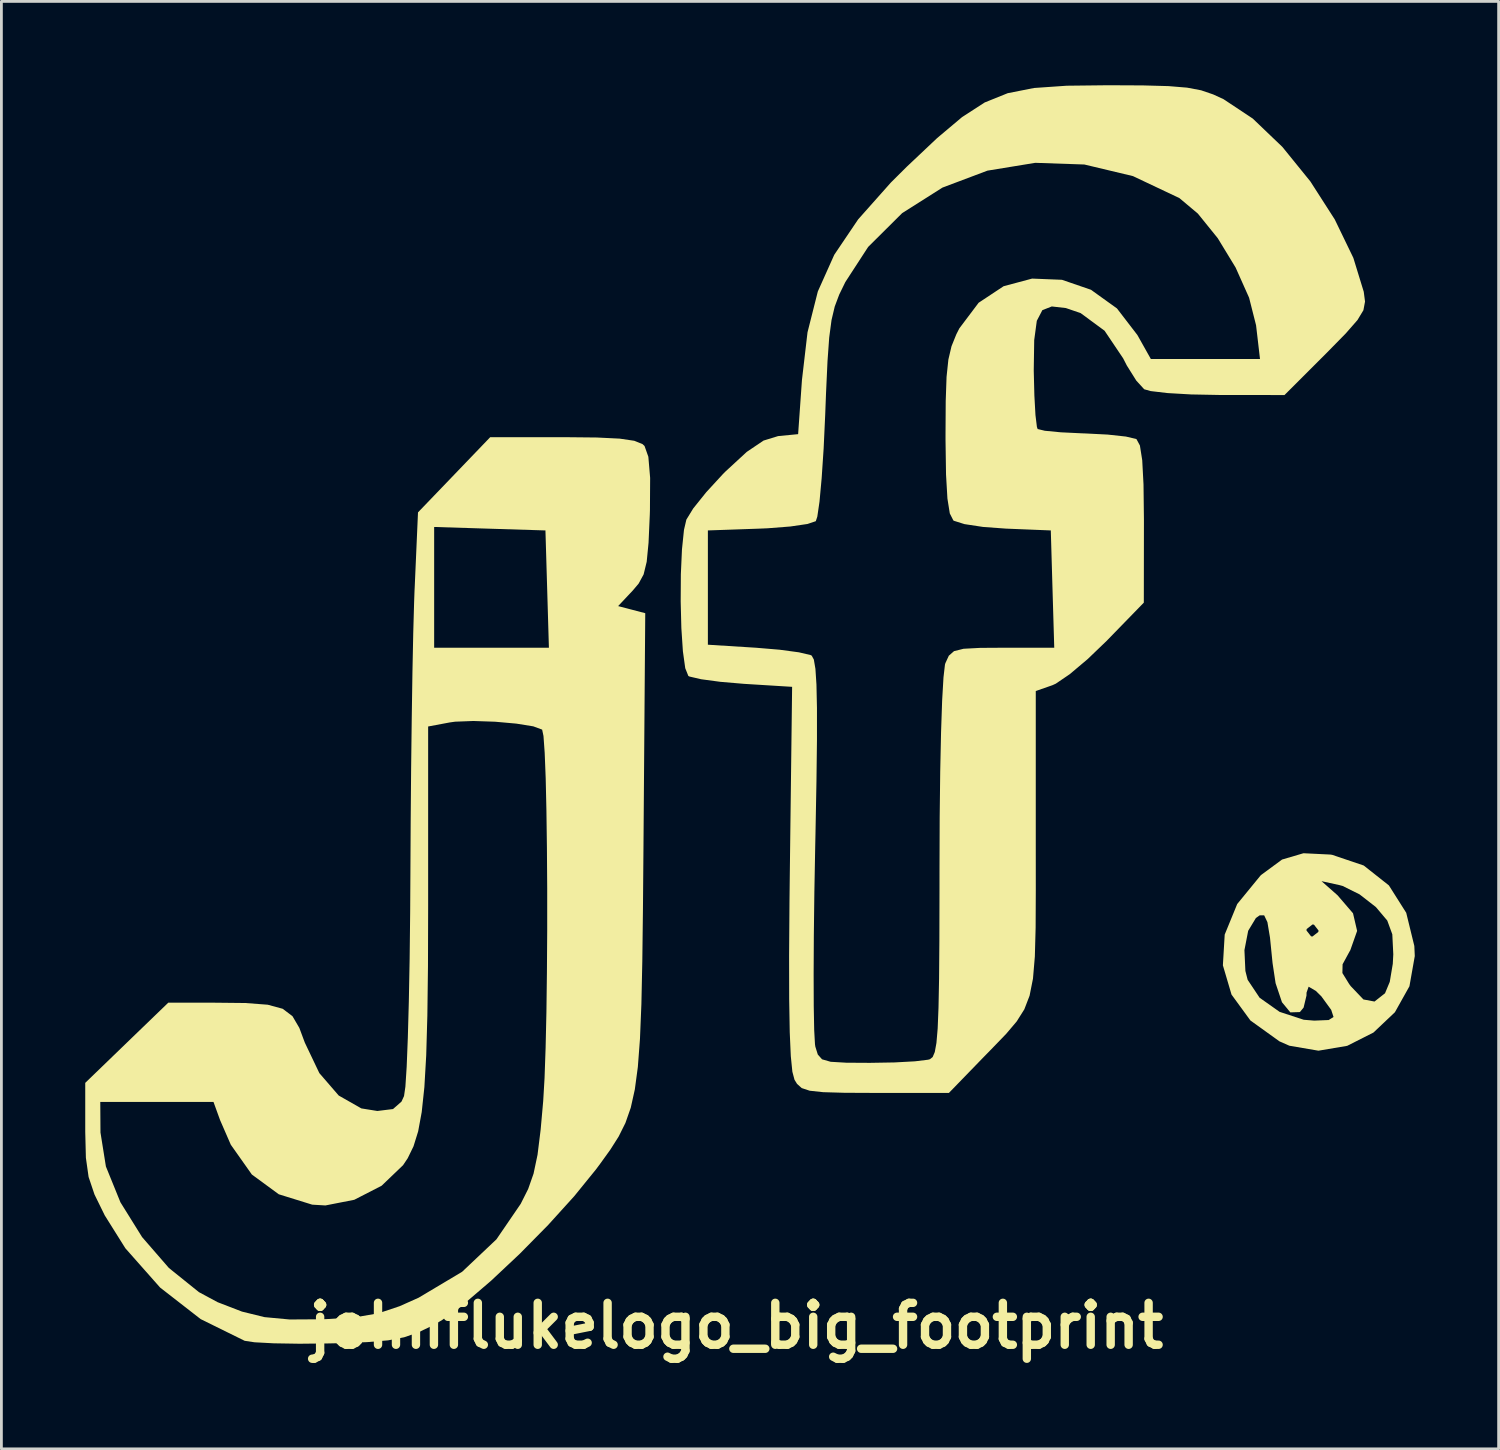
<source format=kicad_pcb>
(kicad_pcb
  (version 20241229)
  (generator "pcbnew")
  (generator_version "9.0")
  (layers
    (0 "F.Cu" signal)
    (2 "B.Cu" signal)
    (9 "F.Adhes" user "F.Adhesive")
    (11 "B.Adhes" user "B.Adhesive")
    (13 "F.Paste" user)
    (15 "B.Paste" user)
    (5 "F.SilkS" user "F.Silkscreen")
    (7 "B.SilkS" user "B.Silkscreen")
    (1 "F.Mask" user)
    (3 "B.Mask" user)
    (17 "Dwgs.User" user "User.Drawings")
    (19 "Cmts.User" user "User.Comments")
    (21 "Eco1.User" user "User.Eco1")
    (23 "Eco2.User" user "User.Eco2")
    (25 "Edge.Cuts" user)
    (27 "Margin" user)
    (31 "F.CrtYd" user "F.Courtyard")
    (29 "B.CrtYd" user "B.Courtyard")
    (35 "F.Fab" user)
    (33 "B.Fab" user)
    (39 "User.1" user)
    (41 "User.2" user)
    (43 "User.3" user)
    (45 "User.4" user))
  (footprint "johnflukelogo_big_footprint"
    (layer "F.Cu")
    (at 23.247 20.987)
    (property "Reference" "johnflukelogo_big_footprint" (at 0.05 23.4 0) (layer "F.SilkS") (effects (font (size 1.5 1.5) (thickness 0.3))))
    (attr board_only exclude_from_pos_files exclude_from_bom)
    (fp_poly (pts (xy 21.3 6.539) (xy 21.367 6.549) (xy 22.497 6.931) (xy 23.398 7.643) (xy 24.018 8.623) (xy 24.308 9.81) (xy 24.324 10.171) (xy 24.133 11.252) (xy 23.613 12.181) (xy 22.845 12.908) (xy 21.906 13.383) (xy 20.877 13.557) (xy 19.837 13.379) (xy 19.481 13.222) (xy 18.443 12.476) (xy 17.767 11.549) (xy 17.458 10.503) (xy 17.49 9.959) (xy 18.229 9.959) (xy 18.263 10.703) (xy 18.344 11.021) (xy 18.772 11.662) (xy 19.487 12.167) (xy 20.35 12.45) (xy 20.726 12.481) (xy 21.243 12.46) (xy 21.417 12.351) (xy 21.335 12.1) (xy 21.329 12.09) (xy 20.982 11.613) (xy 20.784 11.418) (xy 20.526 11.267) (xy 20.451 11.48) (xy 20.449 11.585) (xy 20.346 12.014) (xy 20.213 12.175) (xy 19.872 12.186) (xy 19.572 11.823) (xy 19.344 11.143) (xy 19.235 10.42) (xy 19.143 9.505) (xy 19.101 9.256) (xy 20.449 9.256) (xy 20.613 9.465) (xy 20.664 9.471) (xy 20.873 9.307) (xy 20.88 9.256) (xy 20.716 9.047) (xy 20.664 9.041) (xy 20.455 9.204) (xy 20.449 9.256) (xy 19.101 9.256) (xy 19.051 8.958) (xy 18.936 8.715) (xy 18.775 8.714) (xy 18.64 8.808) (xy 18.363 9.267) (xy 18.229 9.959) (xy 17.49 9.959) (xy 17.523 9.402) (xy 17.97 8.31) (xy 18.64 7.491) (xy 20.987 7.491) (xy 21.561 7.997) (xy 22.114 8.64) (xy 22.261 9.271) (xy 22.016 9.964) (xy 21.989 10.009) (xy 21.741 10.465) (xy 21.734 10.778) (xy 21.974 11.168) (xy 22.032 11.247) (xy 22.487 11.724) (xy 22.883 11.798) (xy 23.259 11.502) (xy 23.429 11.094) (xy 23.537 10.448) (xy 23.555 10.107) (xy 23.52 9.393) (xy 23.34 8.901) (xy 22.94 8.427) (xy 22.925 8.412) (xy 22.349 7.964) (xy 21.746 7.664) (xy 21.633 7.633) (xy 20.987 7.491) (xy 18.64 7.491) (xy 18.806 7.289) (xy 18.835 7.263) (xy 19.575 6.718) (xy 20.341 6.492)) (stroke (width 0) (type solid)) (fill yes) (layer "F.SilkS"))
    (fp_poly (pts (xy -4.945 -8.383) (xy -4.126 -8.343) (xy -3.603 -8.266) (xy -3.308 -8.147) (xy -3.235 -8.079) (xy -3.099 -7.694) (xy -3.035 -6.938) (xy -3.042 -5.784) (xy -3.047 -5.621) (xy -3.092 -4.615) (xy -3.158 -3.937) (xy -3.268 -3.485) (xy -3.446 -3.157) (xy -3.651 -2.914) (xy -4.18 -2.351) (xy -3.695 -2.224) (xy -3.21 -2.097) (xy -3.273 6.216) (xy -3.292 8.476) (xy -3.315 10.352) (xy -3.348 11.891) (xy -3.399 13.138) (xy -3.475 14.14) (xy -3.583 14.944) (xy -3.728 15.596) (xy -3.919 16.142) (xy -4.161 16.628) (xy -4.462 17.102) (xy -4.828 17.61) (xy -4.975 17.807) (xy -5.75 18.762) (xy -6.685 19.794) (xy -7.703 20.827) (xy -8.726 21.788) (xy -9.674 22.6) (xy -10.471 23.189) (xy -10.793 23.379) (xy -11.333 23.637) (xy -11.836 23.811) (xy -12.412 23.921) (xy -13.17 23.985) (xy -14.223 24.024) (xy -14.53 24.031) (xy -15.579 24.042) (xy -16.501 24.027) (xy -17.192 23.99) (xy -17.543 23.937) (xy -19.117 23.161) (xy -20.568 22.032) (xy -21.811 20.627) (xy -22.549 19.45) (xy -22.916 18.702) (xy -23.127 18.075) (xy -23.224 17.388) (xy -23.247 16.459) (xy -23.247 16.418) (xy -23.247 15.391) (xy -22.709 15.391) (xy -22.702 16.484) (xy -22.508 17.7) (xy -21.988 18.981) (xy -21.213 20.226) (xy -20.253 21.332) (xy -19.179 22.196) (xy -18.512 22.555) (xy -17.639 22.892) (xy -16.833 23.09) (xy -15.936 23.174) (xy -14.79 23.167) (xy -14.622 23.161) (xy -13.572 23.093) (xy -12.761 22.954) (xy -11.996 22.698) (xy -11.318 22.395) (xy -9.763 21.468) (xy -8.534 20.306) (xy -7.667 19.038) (xy -7.399 18.505) (xy -7.206 17.955) (xy -7.064 17.282) (xy -6.952 16.378) (xy -6.861 15.356) (xy -6.813 14.538) (xy -6.775 13.456) (xy -6.746 12.172) (xy -6.728 10.751) (xy -6.718 9.256) (xy -6.718 7.751) (xy -6.728 6.299) (xy -6.746 4.964) (xy -6.772 3.81) (xy -6.808 2.9) (xy -6.851 2.297) (xy -6.899 2.069) (xy -7.215 1.952) (xy -7.824 1.854) (xy -8.585 1.786) (xy -9.361 1.76) (xy -10.013 1.785) (xy -10.206 1.812) (xy -10.978 1.957) (xy -10.978 8.375) (xy -10.984 10.528) (xy -11.006 12.296) (xy -11.047 13.725) (xy -11.113 14.862) (xy -11.208 15.753) (xy -11.335 16.442) (xy -11.501 16.977) (xy -11.708 17.403) (xy -11.875 17.653) (xy -12.643 18.389) (xy -13.62 18.891) (xy -14.653 19.094) (xy -15.125 19.066) (xy -16.323 18.694) (xy -17.286 17.987) (xy -18.039 16.921) (xy -18.423 16.039) (xy -18.658 15.391) (xy -20.684 15.391) (xy -22.709 15.391) (xy -23.247 15.391) (xy -23.247 14.708) (xy -21.762 13.273) (xy -20.276 11.839) (xy -18.667 11.839) (xy -17.518 11.851) (xy -16.717 11.912) (xy -16.183 12.057) (xy -15.833 12.321) (xy -15.587 12.741) (xy -15.39 13.269) (xy -14.871 14.359) (xy -14.178 15.161) (xy -13.368 15.622) (xy -12.795 15.714) (xy -12.235 15.645) (xy -11.932 15.379) (xy -11.841 15.181) (xy -11.792 14.844) (xy -11.746 14.131) (xy -11.705 13.096) (xy -11.669 11.792) (xy -11.64 10.274) (xy -11.621 8.596) (xy -11.613 7.27) (xy -11.603 5.376) (xy -11.587 3.485) (xy -11.565 1.676) (xy -11.54 0.025) (xy -11.511 -1.389) (xy -11.48 -2.49) (xy -11.465 -2.906) (xy -11.459 -3.022) (xy -10.763 -3.022) (xy -10.763 -0.861) (xy -8.71 -0.861) (xy -6.657 -0.861) (xy -6.719 -2.96) (xy -6.781 -5.058) (xy -8.772 -5.12) (xy -10.763 -5.182) (xy -10.763 -3.022) (xy -11.459 -3.022) (xy -11.341 -5.704) (xy -10.049 -7.049) (xy -8.757 -8.395) (xy -6.127 -8.395)) (stroke (width 0) (type solid)) (fill yes) (layer "F.SilkS"))
    (fp_poly (pts (xy 14.6 -20.981) (xy 15.514 -20.956) (xy 16.177 -20.901) (xy 16.679 -20.806) (xy 17.11 -20.659) (xy 17.48 -20.489) (xy 18.526 -19.795) (xy 19.587 -18.78) (xy 20.589 -17.544) (xy 21.46 -16.187) (xy 22.126 -14.81) (xy 22.498 -13.598) (xy 22.544 -13.247) (xy 22.486 -12.937) (xy 22.273 -12.585) (xy 21.853 -12.105) (xy 21.174 -11.413) (xy 21.153 -11.392) (xy 19.662 -9.902) (xy 17.311 -9.905) (xy 16.322 -9.924) (xy 15.475 -9.973) (xy 14.874 -10.044) (xy 14.643 -10.109) (xy 14.361 -10.417) (xy 14.022 -10.957) (xy 13.889 -11.216) (xy 13.225 -12.203) (xy 12.368 -12.834) (xy 11.839 -13.015) (xy 11.336 -13.072) (xy 10.999 -12.94) (xy 10.8 -12.558) (xy 10.707 -11.868) (xy 10.691 -10.812) (xy 10.691 -10.764) (xy 10.713 -9.888) (xy 10.752 -9.186) (xy 10.804 -8.761) (xy 10.83 -8.686) (xy 11.088 -8.624) (xy 11.66 -8.569) (xy 12.426 -8.532) (xy 12.524 -8.529) (xy 13.333 -8.488) (xy 13.988 -8.417) (xy 14.355 -8.33) (xy 14.368 -8.322) (xy 14.489 -8.097) (xy 14.572 -7.57) (xy 14.618 -6.701) (xy 14.633 -5.447) (xy 14.633 -5.315) (xy 14.629 -2.475) (xy 13.294 -1.102) (xy 12.618 -0.453) (xy 11.978 0.086) (xy 11.481 0.424) (xy 11.361 0.479) (xy 10.763 0.688) (xy 10.763 6.108) (xy 10.764 7.815) (xy 10.758 9.155) (xy 10.73 10.189) (xy 10.663 10.979) (xy 10.542 11.588) (xy 10.353 12.078) (xy 10.079 12.512) (xy 9.706 12.952) (xy 9.217 13.459) (xy 8.855 13.83) (xy 7.655 15.068) (xy 5.019 15.068) (xy 3.911 15.063) (xy 3.155 15.041) (xy 2.673 14.989) (xy 2.387 14.894) (xy 2.22 14.743) (xy 2.13 14.596) (xy 2.054 14.309) (xy 1.998 13.752) (xy 1.96 12.895) (xy 1.94 11.708) (xy 1.937 10.161) (xy 1.951 8.226) (xy 1.961 7.331) (xy 2.045 0.538) (xy 0.323 0.431) (xy -0.521 0.359) (xy -1.212 0.266) (xy -1.625 0.17) (xy -1.668 0.149) (xy -1.779 -0.129) (xy -1.863 -0.735) (xy -1.918 -1.565) (xy -1.942 -2.517) (xy -1.936 -3.489) (xy -1.896 -4.379) (xy -1.826 -5.058) (xy -0.969 -5.058) (xy -0.969 -3.014) (xy -0.969 -0.969) (xy 0.753 -0.861) (xy 1.598 -0.79) (xy 2.288 -0.697) (xy 2.702 -0.6) (xy 2.745 -0.579) (xy 2.822 -0.439) (xy 2.879 -0.105) (xy 2.916 0.459) (xy 2.934 1.293) (xy 2.934 2.435) (xy 2.916 3.922) (xy 2.881 5.794) (xy 2.872 6.213) (xy 2.841 7.886) (xy 2.822 9.44) (xy 2.815 10.82) (xy 2.819 11.966) (xy 2.835 12.82) (xy 2.863 13.324) (xy 2.876 13.412) (xy 2.964 13.694) (xy 3.116 13.865) (xy 3.425 13.954) (xy 3.984 13.987) (xy 4.83 13.992) (xy 5.706 13.977) (xy 6.441 13.937) (xy 6.909 13.88) (xy 6.978 13.861) (xy 7.074 13.784) (xy 7.15 13.604) (xy 7.209 13.279) (xy 7.253 12.764) (xy 7.283 12.015) (xy 7.303 10.988) (xy 7.314 9.638) (xy 7.318 7.923) (xy 7.319 6.987) (xy 7.325 5.199) (xy 7.344 3.576) (xy 7.374 2.168) (xy 7.413 1.026) (xy 7.461 0.201) (xy 7.514 -0.258) (xy 7.529 -0.309) (xy 7.652 -0.576) (xy 7.838 -0.739) (xy 8.179 -0.824) (xy 8.773 -0.856) (xy 9.581 -0.861) (xy 11.424 -0.861) (xy 11.362 -2.96) (xy 11.301 -5.058) (xy 9.696 -5.123) (xy 8.878 -5.183) (xy 8.212 -5.284) (xy 7.832 -5.404) (xy 7.813 -5.418) (xy 7.687 -5.666) (xy 7.602 -6.198) (xy 7.552 -7.06) (xy 7.534 -8.298) (xy 7.534 -8.495) (xy 7.541 -9.691) (xy 7.571 -10.552) (xy 7.636 -11.172) (xy 7.748 -11.648) (xy 7.92 -12.074) (xy 8.029 -12.289) (xy 8.718 -13.204) (xy 9.612 -13.796) (xy 10.632 -14.069) (xy 11.7 -14.026) (xy 12.738 -13.669) (xy 13.667 -13.002) (xy 14.398 -12.051) (xy 14.88 -11.193) (xy 16.833 -11.193) (xy 18.786 -11.193) (xy 18.645 -12.4) (xy 18.396 -13.384) (xy 17.913 -14.465) (xy 17.275 -15.513) (xy 16.563 -16.394) (xy 15.901 -16.95) (xy 14.24 -17.736) (xy 12.501 -18.151) (xy 10.745 -18.211) (xy 9.033 -17.931) (xy 7.425 -17.325) (xy 5.982 -16.411) (xy 4.765 -15.201) (xy 3.949 -13.945) (xy 3.73 -13.496) (xy 3.57 -13.07) (xy 3.455 -12.585) (xy 3.372 -11.96) (xy 3.311 -11.111) (xy 3.258 -9.958) (xy 3.229 -9.2) (xy 3.173 -7.989) (xy 3.102 -6.927) (xy 3.025 -6.088) (xy 2.946 -5.549) (xy 2.892 -5.389) (xy 2.595 -5.289) (xy 1.982 -5.199) (xy 1.167 -5.135) (xy 0.86 -5.122) (xy -0.969 -5.058) (xy -1.826 -5.058) (xy -1.823 -5.083) (xy -1.739 -5.444) (xy -1.494 -5.844) (xy -1.029 -6.424) (xy -0.437 -7.068) (xy -0.34 -7.166) (xy 0.423 -7.869) (xy 1.022 -8.273) (xy 1.542 -8.433) (xy 1.561 -8.435) (xy 2.26 -8.503) (xy 2.397 -10.44) (xy 2.596 -12.147) (xy 2.965 -13.608) (xy 3.553 -14.921) (xy 4.408 -16.188) (xy 5.579 -17.506) (xy 6.147 -18.071) (xy 7.233 -19.096) (xy 8.128 -19.849) (xy 8.936 -20.371) (xy 9.76 -20.703) (xy 10.704 -20.889) (xy 11.871 -20.97) (xy 13.346 -20.987)) (stroke (width 0) (type solid)) (fill yes) (layer "F.SilkS")))
  (gr_rect
    (start -3 -3)
    (end 50.571 48.791)
    (stroke (width 0.1) (type default))
    (fill no)
    (layer "Edge.Cuts")))
</source>
